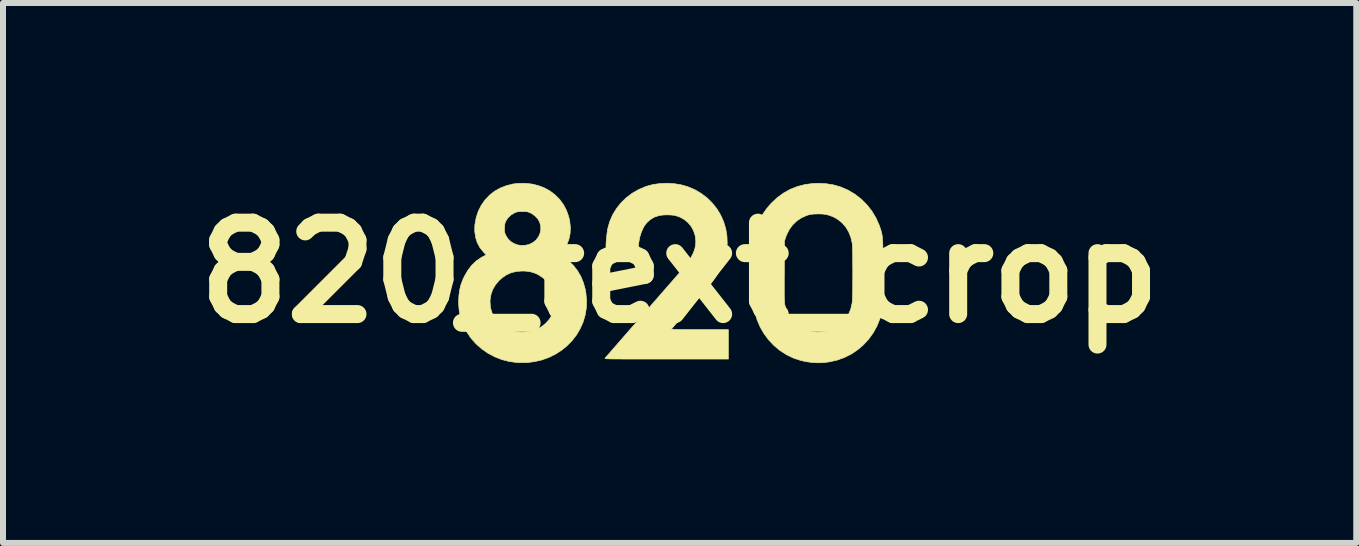
<source format=kicad_pcb>
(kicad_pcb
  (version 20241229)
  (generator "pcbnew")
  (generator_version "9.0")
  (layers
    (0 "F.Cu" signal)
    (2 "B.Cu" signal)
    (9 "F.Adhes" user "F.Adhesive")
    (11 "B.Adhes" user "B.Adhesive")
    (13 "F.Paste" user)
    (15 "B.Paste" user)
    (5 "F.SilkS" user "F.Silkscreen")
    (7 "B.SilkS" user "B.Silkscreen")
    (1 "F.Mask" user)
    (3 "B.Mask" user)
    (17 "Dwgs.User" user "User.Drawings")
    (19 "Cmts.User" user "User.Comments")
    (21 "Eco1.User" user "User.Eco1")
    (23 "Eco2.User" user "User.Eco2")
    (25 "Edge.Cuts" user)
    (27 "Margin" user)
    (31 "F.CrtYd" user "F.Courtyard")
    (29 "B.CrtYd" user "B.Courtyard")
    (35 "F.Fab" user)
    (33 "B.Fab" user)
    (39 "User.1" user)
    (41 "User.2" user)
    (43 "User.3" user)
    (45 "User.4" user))
  (footprint "820_text_crop"
    (layer "F.Cu")
    (at 8.28 1.497)
    (property "Reference" "820_text_crop" (at 0 0 0) (layer "F.SilkS") (effects (font (size 1.524 1.524) (thickness 0.3))))
    (attr through_hole)
    (fp_poly (pts (xy -0.091 -1.485) (xy 0.024 -1.466) (xy 0.132 -1.436) (xy 0.137 -1.434) (xy 0.255 -1.384) (xy 0.363 -1.32) (xy 0.461 -1.245) (xy 0.548 -1.159) (xy 0.623 -1.064) (xy 0.685 -0.961) (xy 0.734 -0.851) (xy 0.769 -0.735) (xy 0.789 -0.615) (xy 0.794 -0.491) (xy 0.789 -0.425) (xy 0.773 -0.318) (xy 0.747 -0.218) (xy 0.71 -0.12) (xy 0.659 -0.022) (xy 0.606 0.063) (xy 0.587 0.091) (xy 0.568 0.119) (xy 0.548 0.146) (xy 0.526 0.175) (xy 0.5 0.207) (xy 0.471 0.242) (xy 0.437 0.283) (xy 0.397 0.33) (xy 0.349 0.385) (xy 0.294 0.448) (xy 0.229 0.521) (xy 0.155 0.606) (xy 0.137 0.625) (xy 0.083 0.687) (xy 0.032 0.744) (xy -0.014 0.797) (xy -0.054 0.843) (xy -0.087 0.882) (xy -0.113 0.912) (xy -0.129 0.932) (xy -0.135 0.941) (xy -0.135 0.941) (xy -0.127 0.942) (xy -0.103 0.944) (xy -0.065 0.945) (xy -0.014 0.946) (xy 0.049 0.947) (xy 0.123 0.948) (xy 0.205 0.948) (xy 0.295 0.948) (xy 0.339 0.948) (xy 0.813 0.948) (xy 0.813 1.439) (xy -0.221 1.439) (xy -0.375 1.439) (xy -0.513 1.439) (xy -0.636 1.439) (xy -0.744 1.439) (xy -0.839 1.439) (xy -0.921 1.439) (xy -0.992 1.438) (xy -1.052 1.438) (xy -1.101 1.437) (xy -1.142 1.437) (xy -1.174 1.436) (xy -1.199 1.435) (xy -1.218 1.434) (xy -1.231 1.432) (xy -1.239 1.431) (xy -1.243 1.429) (xy -1.244 1.427) (xy -1.243 1.425) (xy -1.243 1.425) (xy -1.233 1.413) (xy -1.213 1.39) (xy -1.184 1.357) (xy -1.146 1.313) (xy -1.101 1.261) (xy -1.049 1.202) (xy -0.991 1.135) (xy -0.929 1.064) (xy -0.863 0.988) (xy -0.793 0.908) (xy -0.721 0.826) (xy -0.649 0.742) (xy -0.575 0.658) (xy -0.503 0.575) (xy -0.432 0.493) (xy -0.363 0.415) (xy -0.297 0.339) (xy -0.236 0.269) (xy -0.18 0.205) (xy -0.129 0.147) (xy -0.086 0.097) (xy -0.05 0.056) (xy -0.023 0.025) (xy -0.005 0.005) (xy -0.002 0.001) (xy 0.074 -0.089) (xy 0.137 -0.172) (xy 0.187 -0.249) (xy 0.225 -0.321) (xy 0.251 -0.389) (xy 0.266 -0.456) (xy 0.27 -0.522) (xy 0.264 -0.589) (xy 0.259 -0.62) (xy 0.233 -0.7) (xy 0.194 -0.772) (xy 0.141 -0.835) (xy 0.077 -0.888) (xy 0.004 -0.928) (xy -0.065 -0.952) (xy -0.11 -0.96) (xy -0.165 -0.964) (xy -0.224 -0.965) (xy -0.282 -0.962) (xy -0.333 -0.955) (xy -0.346 -0.952) (xy -0.424 -0.926) (xy -0.491 -0.885) (xy -0.55 -0.831) (xy -0.598 -0.764) (xy -0.636 -0.682) (xy -0.66 -0.607) (xy -0.669 -0.566) (xy -0.677 -0.523) (xy -0.682 -0.488) (xy -0.682 -0.487) (xy -0.688 -0.434) (xy -0.954 -0.428) (xy -1.02 -0.427) (xy -1.08 -0.426) (xy -1.132 -0.425) (xy -1.175 -0.425) (xy -1.206 -0.426) (xy -1.223 -0.426) (xy -1.226 -0.427) (xy -1.227 -0.437) (xy -1.227 -0.461) (xy -1.225 -0.495) (xy -1.222 -0.537) (xy -1.218 -0.582) (xy -1.213 -0.627) (xy -1.208 -0.67) (xy -1.203 -0.707) (xy -1.198 -0.735) (xy -1.165 -0.853) (xy -1.117 -0.964) (xy -1.054 -1.068) (xy -0.979 -1.163) (xy -0.891 -1.249) (xy -0.792 -1.324) (xy -0.683 -1.387) (xy -0.565 -1.437) (xy -0.548 -1.443) (xy -0.442 -1.471) (xy -0.328 -1.487) (xy -0.21 -1.492) (xy -0.091 -1.485)) (stroke (width 0.01) (type solid)) (fill yes) (layer "F.SilkS"))
    (fp_poly (pts (xy -2.462 -1.479) (xy -2.353 -1.452) (xy -2.251 -1.413) (xy -2.157 -1.36) (xy -2.073 -1.296) (xy -1.999 -1.221) (xy -1.936 -1.135) (xy -1.886 -1.04) (xy -1.849 -0.936) (xy -1.832 -0.864) (xy -1.821 -0.757) (xy -1.825 -0.655) (xy -1.845 -0.559) (xy -1.88 -0.469) (xy -1.931 -0.386) (xy -1.975 -0.333) (xy -2.007 -0.299) (xy -1.939 -0.26) (xy -1.851 -0.199) (xy -1.773 -0.124) (xy -1.705 -0.038) (xy -1.648 0.058) (xy -1.604 0.165) (xy -1.572 0.28) (xy -1.562 0.339) (xy -1.551 0.465) (xy -1.555 0.589) (xy -1.575 0.708) (xy -1.609 0.823) (xy -1.657 0.931) (xy -1.716 1.033) (xy -1.788 1.127) (xy -1.87 1.212) (xy -1.962 1.288) (xy -2.063 1.354) (xy -2.173 1.409) (xy -2.289 1.452) (xy -2.412 1.481) (xy -2.541 1.498) (xy -2.675 1.499) (xy -2.709 1.497) (xy -2.839 1.48) (xy -2.964 1.448) (xy -3.083 1.401) (xy -3.196 1.341) (xy -3.299 1.269) (xy -3.393 1.186) (xy -3.477 1.092) (xy -3.547 0.989) (xy -3.605 0.877) (xy -3.631 0.811) (xy -3.658 0.72) (xy -3.675 0.629) (xy -3.683 0.533) (xy -3.684 0.491) (xy -3.16 0.491) (xy -3.153 0.58) (xy -3.13 0.662) (xy -3.092 0.741) (xy -3.047 0.806) (xy -3.006 0.848) (xy -2.952 0.889) (xy -2.891 0.926) (xy -2.826 0.957) (xy -2.763 0.977) (xy -2.762 0.978) (xy -2.71 0.986) (xy -2.648 0.99) (xy -2.583 0.989) (xy -2.521 0.983) (xy -2.469 0.974) (xy -2.379 0.943) (xy -2.299 0.898) (xy -2.226 0.839) (xy -2.222 0.834) (xy -2.164 0.766) (xy -2.12 0.691) (xy -2.092 0.612) (xy -2.077 0.531) (xy -2.077 0.449) (xy -2.09 0.368) (xy -2.117 0.29) (xy -2.156 0.216) (xy -2.209 0.148) (xy -2.274 0.087) (xy -2.35 0.036) (xy -2.371 0.025) (xy -2.433 -0.001) (xy -2.496 -0.018) (xy -2.567 -0.027) (xy -2.62 -0.029) (xy -2.717 -0.022) (xy -2.806 -0.001) (xy -2.887 0.035) (xy -2.962 0.087) (xy -3.01 0.13) (xy -3.071 0.203) (xy -3.116 0.28) (xy -3.145 0.363) (xy -3.159 0.451) (xy -3.16 0.491) (xy -3.684 0.491) (xy -3.68 0.387) (xy -3.668 0.293) (xy -3.647 0.205) (xy -3.615 0.118) (xy -3.59 0.064) (xy -3.533 -0.036) (xy -3.467 -0.123) (xy -3.391 -0.196) (xy -3.307 -0.254) (xy -3.284 -0.266) (xy -3.225 -0.298) (xy -3.27 -0.346) (xy -3.329 -0.419) (xy -3.373 -0.501) (xy -3.401 -0.59) (xy -3.415 -0.686) (xy -3.415 -0.715) (xy -2.921 -0.715) (xy -2.919 -0.687) (xy -2.914 -0.664) (xy -2.904 -0.638) (xy -2.9 -0.628) (xy -2.865 -0.57) (xy -2.819 -0.523) (xy -2.763 -0.487) (xy -2.701 -0.464) (xy -2.633 -0.454) (xy -2.564 -0.459) (xy -2.501 -0.475) (xy -2.441 -0.506) (xy -2.391 -0.547) (xy -2.353 -0.598) (xy -2.327 -0.655) (xy -2.314 -0.717) (xy -2.316 -0.781) (xy -2.333 -0.844) (xy -2.336 -0.851) (xy -2.364 -0.898) (xy -2.405 -0.942) (xy -2.453 -0.979) (xy -2.483 -0.996) (xy -2.51 -1.007) (xy -2.533 -1.015) (xy -2.559 -1.019) (xy -2.593 -1.02) (xy -2.62 -1.02) (xy -2.662 -1.02) (xy -2.692 -1.017) (xy -2.717 -1.012) (xy -2.74 -1.004) (xy -2.753 -0.998) (xy -2.815 -0.96) (xy -2.864 -0.912) (xy -2.891 -0.87) (xy -2.905 -0.843) (xy -2.913 -0.817) (xy -2.917 -0.785) (xy -2.919 -0.753) (xy -2.921 -0.715) (xy -3.415 -0.715) (xy -3.414 -0.788) (xy -3.412 -0.806) (xy -3.391 -0.92) (xy -3.356 -1.026) (xy -3.307 -1.123) (xy -3.246 -1.211) (xy -3.173 -1.289) (xy -3.089 -1.356) (xy -2.995 -1.41) (xy -2.891 -1.451) (xy -2.78 -1.479) (xy -2.699 -1.489) (xy -2.578 -1.491) (xy -2.462 -1.479)) (stroke (width 0.01) (type solid)) (fill yes) (layer "F.SilkS"))
    (fp_poly (pts (xy 2.446 -1.484) (xy 2.568 -1.464) (xy 2.685 -1.43) (xy 2.799 -1.381) (xy 2.814 -1.374) (xy 2.927 -1.306) (xy 3.031 -1.225) (xy 3.124 -1.132) (xy 3.205 -1.028) (xy 3.273 -0.915) (xy 3.327 -0.795) (xy 3.339 -0.76) (xy 3.349 -0.731) (xy 3.358 -0.704) (xy 3.365 -0.679) (xy 3.371 -0.653) (xy 3.376 -0.626) (xy 3.38 -0.596) (xy 3.383 -0.562) (xy 3.386 -0.522) (xy 3.388 -0.474) (xy 3.389 -0.418) (xy 3.39 -0.352) (xy 3.391 -0.274) (xy 3.391 -0.182) (xy 3.391 -0.077) (xy 3.391 0.004) (xy 3.391 0.121) (xy 3.391 0.221) (xy 3.39 0.308) (xy 3.39 0.382) (xy 3.389 0.445) (xy 3.387 0.499) (xy 3.385 0.544) (xy 3.383 0.582) (xy 3.379 0.615) (xy 3.375 0.643) (xy 3.369 0.67) (xy 3.363 0.695) (xy 3.355 0.721) (xy 3.346 0.748) (xy 3.339 0.769) (xy 3.29 0.89) (xy 3.227 1.004) (xy 3.151 1.108) (xy 3.064 1.203) (xy 2.966 1.286) (xy 2.86 1.357) (xy 2.745 1.414) (xy 2.625 1.457) (xy 2.501 1.485) (xy 2.43 1.495) (xy 2.365 1.5) (xy 2.3 1.501) (xy 2.227 1.497) (xy 2.218 1.497) (xy 2.118 1.484) (xy 2.014 1.461) (xy 1.914 1.428) (xy 1.9 1.423) (xy 1.783 1.367) (xy 1.674 1.297) (xy 1.575 1.215) (xy 1.486 1.121) (xy 1.408 1.017) (xy 1.343 0.904) (xy 1.292 0.784) (xy 1.255 0.657) (xy 1.248 0.626) (xy 1.245 0.6) (xy 1.242 0.56) (xy 1.239 0.507) (xy 1.237 0.442) (xy 1.234 0.369) (xy 1.232 0.288) (xy 1.232 0.255) (xy 1.745 0.255) (xy 1.745 0.319) (xy 1.745 0.372) (xy 1.746 0.415) (xy 1.747 0.45) (xy 1.748 0.478) (xy 1.75 0.5) (xy 1.752 0.518) (xy 1.754 0.534) (xy 1.758 0.549) (xy 1.761 0.562) (xy 1.792 0.655) (xy 1.836 0.74) (xy 1.892 0.814) (xy 1.958 0.877) (xy 2.033 0.927) (xy 2.116 0.963) (xy 2.169 0.978) (xy 2.228 0.986) (xy 2.294 0.99) (xy 2.363 0.988) (xy 2.427 0.982) (xy 2.467 0.974) (xy 2.557 0.943) (xy 2.638 0.897) (xy 2.71 0.839) (xy 2.77 0.77) (xy 2.819 0.689) (xy 2.855 0.6) (xy 2.877 0.501) (xy 2.878 0.495) (xy 2.88 0.473) (xy 2.882 0.436) (xy 2.883 0.386) (xy 2.885 0.325) (xy 2.886 0.256) (xy 2.886 0.181) (xy 2.887 0.101) (xy 2.887 0.018) (xy 2.887 -0.065) (xy 2.886 -0.146) (xy 2.886 -0.223) (xy 2.885 -0.295) (xy 2.884 -0.359) (xy 2.883 -0.413) (xy 2.881 -0.455) (xy 2.879 -0.483) (xy 2.878 -0.491) (xy 2.855 -0.59) (xy 2.819 -0.681) (xy 2.77 -0.762) (xy 2.709 -0.832) (xy 2.637 -0.89) (xy 2.581 -0.923) (xy 2.517 -0.95) (xy 2.454 -0.969) (xy 2.387 -0.979) (xy 2.311 -0.981) (xy 2.283 -0.98) (xy 2.232 -0.978) (xy 2.192 -0.974) (xy 2.159 -0.967) (xy 2.126 -0.957) (xy 2.118 -0.955) (xy 2.028 -0.914) (xy 1.95 -0.861) (xy 1.883 -0.796) (xy 1.827 -0.718) (xy 1.783 -0.629) (xy 1.771 -0.597) (xy 1.748 -0.529) (xy 1.746 -0.018) (xy 1.745 0.088) (xy 1.745 0.179) (xy 1.745 0.255) (xy 1.232 0.255) (xy 1.231 0.202) (xy 1.23 0.113) (xy 1.229 0.023) (xy 1.228 -0.067) (xy 1.228 -0.154) (xy 1.229 -0.236) (xy 1.229 -0.312) (xy 1.231 -0.379) (xy 1.233 -0.435) (xy 1.235 -0.479) (xy 1.235 -0.48) (xy 1.252 -0.616) (xy 1.281 -0.742) (xy 1.324 -0.859) (xy 1.382 -0.969) (xy 1.454 -1.072) (xy 1.525 -1.155) (xy 1.625 -1.249) (xy 1.732 -1.328) (xy 1.845 -1.391) (xy 1.965 -1.438) (xy 2.092 -1.471) (xy 2.227 -1.488) (xy 2.316 -1.491) (xy 2.446 -1.484)) (stroke (width 0.01) (type solid)) (fill yes) (layer "F.SilkS")))
  (gr_rect
    (start -3 -3)
    (end 19.561 6.002)
    (stroke (width 0.1) (type default))
    (fill no)
    (layer "Edge.Cuts")))
</source>
